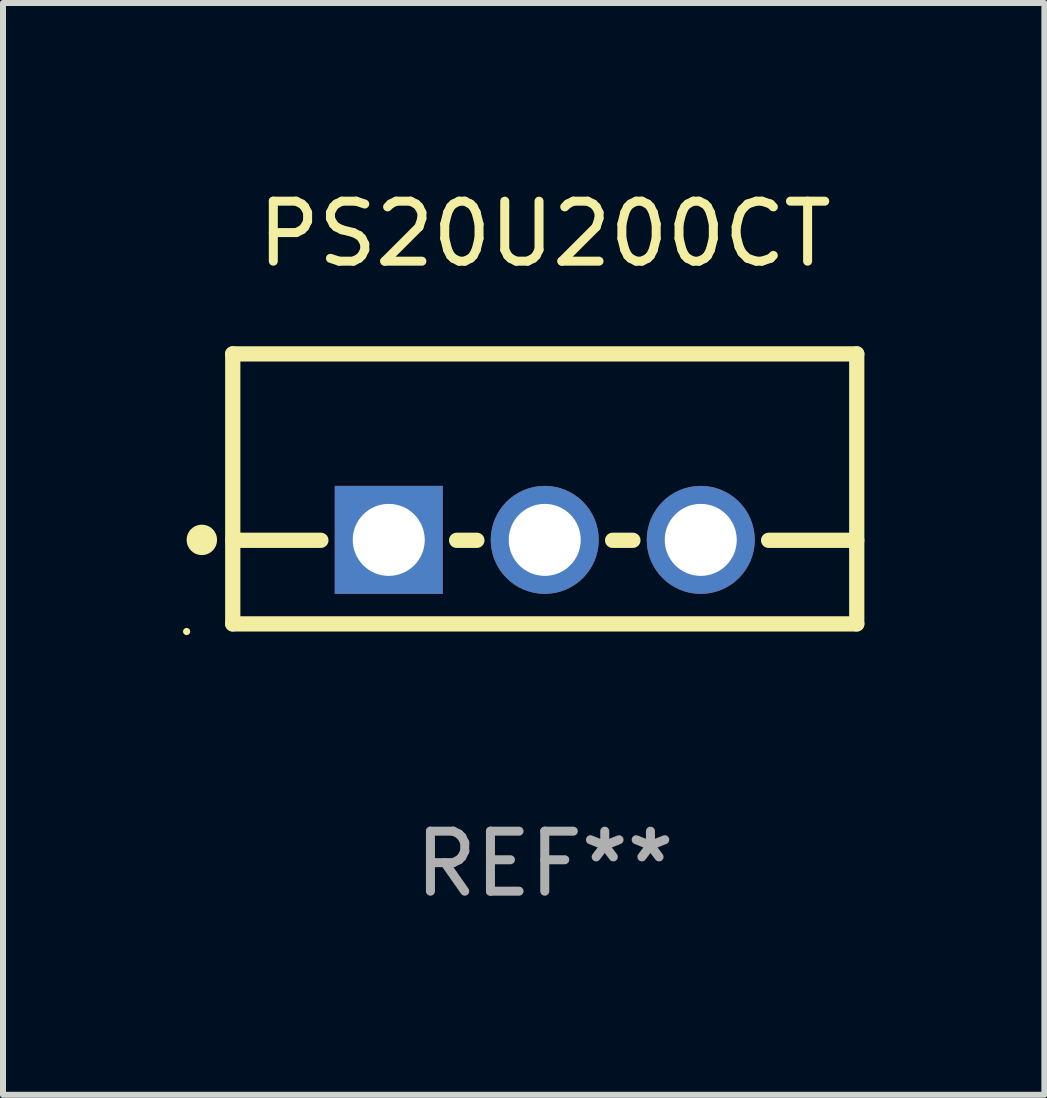
<source format=kicad_pcb>
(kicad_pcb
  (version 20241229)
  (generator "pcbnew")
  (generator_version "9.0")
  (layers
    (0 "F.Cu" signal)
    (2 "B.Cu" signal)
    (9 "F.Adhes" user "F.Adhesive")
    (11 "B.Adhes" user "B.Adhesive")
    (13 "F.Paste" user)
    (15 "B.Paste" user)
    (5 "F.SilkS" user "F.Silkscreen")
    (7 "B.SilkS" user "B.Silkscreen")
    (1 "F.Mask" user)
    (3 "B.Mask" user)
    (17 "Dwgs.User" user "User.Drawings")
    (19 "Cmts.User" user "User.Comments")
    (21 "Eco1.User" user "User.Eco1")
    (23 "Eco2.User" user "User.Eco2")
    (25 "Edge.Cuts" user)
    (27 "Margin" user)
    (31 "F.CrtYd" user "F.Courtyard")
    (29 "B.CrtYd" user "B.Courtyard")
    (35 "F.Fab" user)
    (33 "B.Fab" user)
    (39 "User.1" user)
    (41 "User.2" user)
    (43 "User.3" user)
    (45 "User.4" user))
  (footprint "PS20U200CT"
    (layer "F.Cu")
    (at 6.029 5.098)
    (property "Reference" "PS20U200CT" (at 0 -4.25 0) (layer "F.SilkS") (effects (font (size 1 1) (thickness 0.15))))
    (attr through_hole)
    (fp_line (start -5.2 -2.25) (end -5.2 2.25) (stroke (width 0.254) (type solid)) (layer "F.SilkS"))
    (fp_line (start -5.2 -2.25) (end 5.2 -2.25) (stroke (width 0.254) (type solid)) (layer "F.SilkS"))
    (fp_line (start -5.2 0.857) (end -3.731 0.857) (stroke (width 0.254) (type solid)) (layer "F.SilkS"))
    (fp_line (start -5.2 2.25) (end 5.2 2.25) (stroke (width 0.254) (type solid)) (layer "F.SilkS"))
    (fp_line (start -1.469 0.857) (end -1.131 0.857) (stroke (width 0.254) (type solid)) (layer "F.SilkS"))
    (fp_line (start 1.131 0.857) (end 1.469 0.857) (stroke (width 0.254) (type solid)) (layer "F.SilkS"))
    (fp_line (start 3.731 0.857) (end 5.2 0.857) (stroke (width 0.254) (type solid)) (layer "F.SilkS"))
    (fp_line (start 5.2 -2.25) (end 5.2 2.25) (stroke (width 0.254) (type solid)) (layer "F.SilkS"))
    (fp_circle (center -5.969 2.377) (end -5.939 2.377) (stroke (width 0.06) (type solid)) (fill no) (layer "F.SilkS"))
    (fp_circle (center -5.715 0.85) (end -5.588 0.85) (stroke (width 0.254) (type solid)) (fill no) (layer "F.SilkS"))
    (fp_text user "REF**" (at 0 6.25 0) (layer "F.Fab") (effects (font (size 1 1) (thickness 0.15))))
    (pad "1" thru_hole rect (at -2.6 0.85) (size 1.8 1.8) (drill 1.2) (layers "*.Cu" "*.Mask"))
    (pad "2" thru_hole circle (at 0 0.85) (size 1.8 1.8) (drill 1.2) (layers "*.Cu" "*.Mask"))
    (pad "3" thru_hole circle (at 2.6 0.85) (size 1.8 1.8) (drill 1.2) (layers "*.Cu" "*.Mask")))
  (gr_rect
    (start -3 -3)
    (end 14.356 15.197)
    (stroke (width 0.1) (type default))
    (fill no)
    (layer "Edge.Cuts")))
</source>
